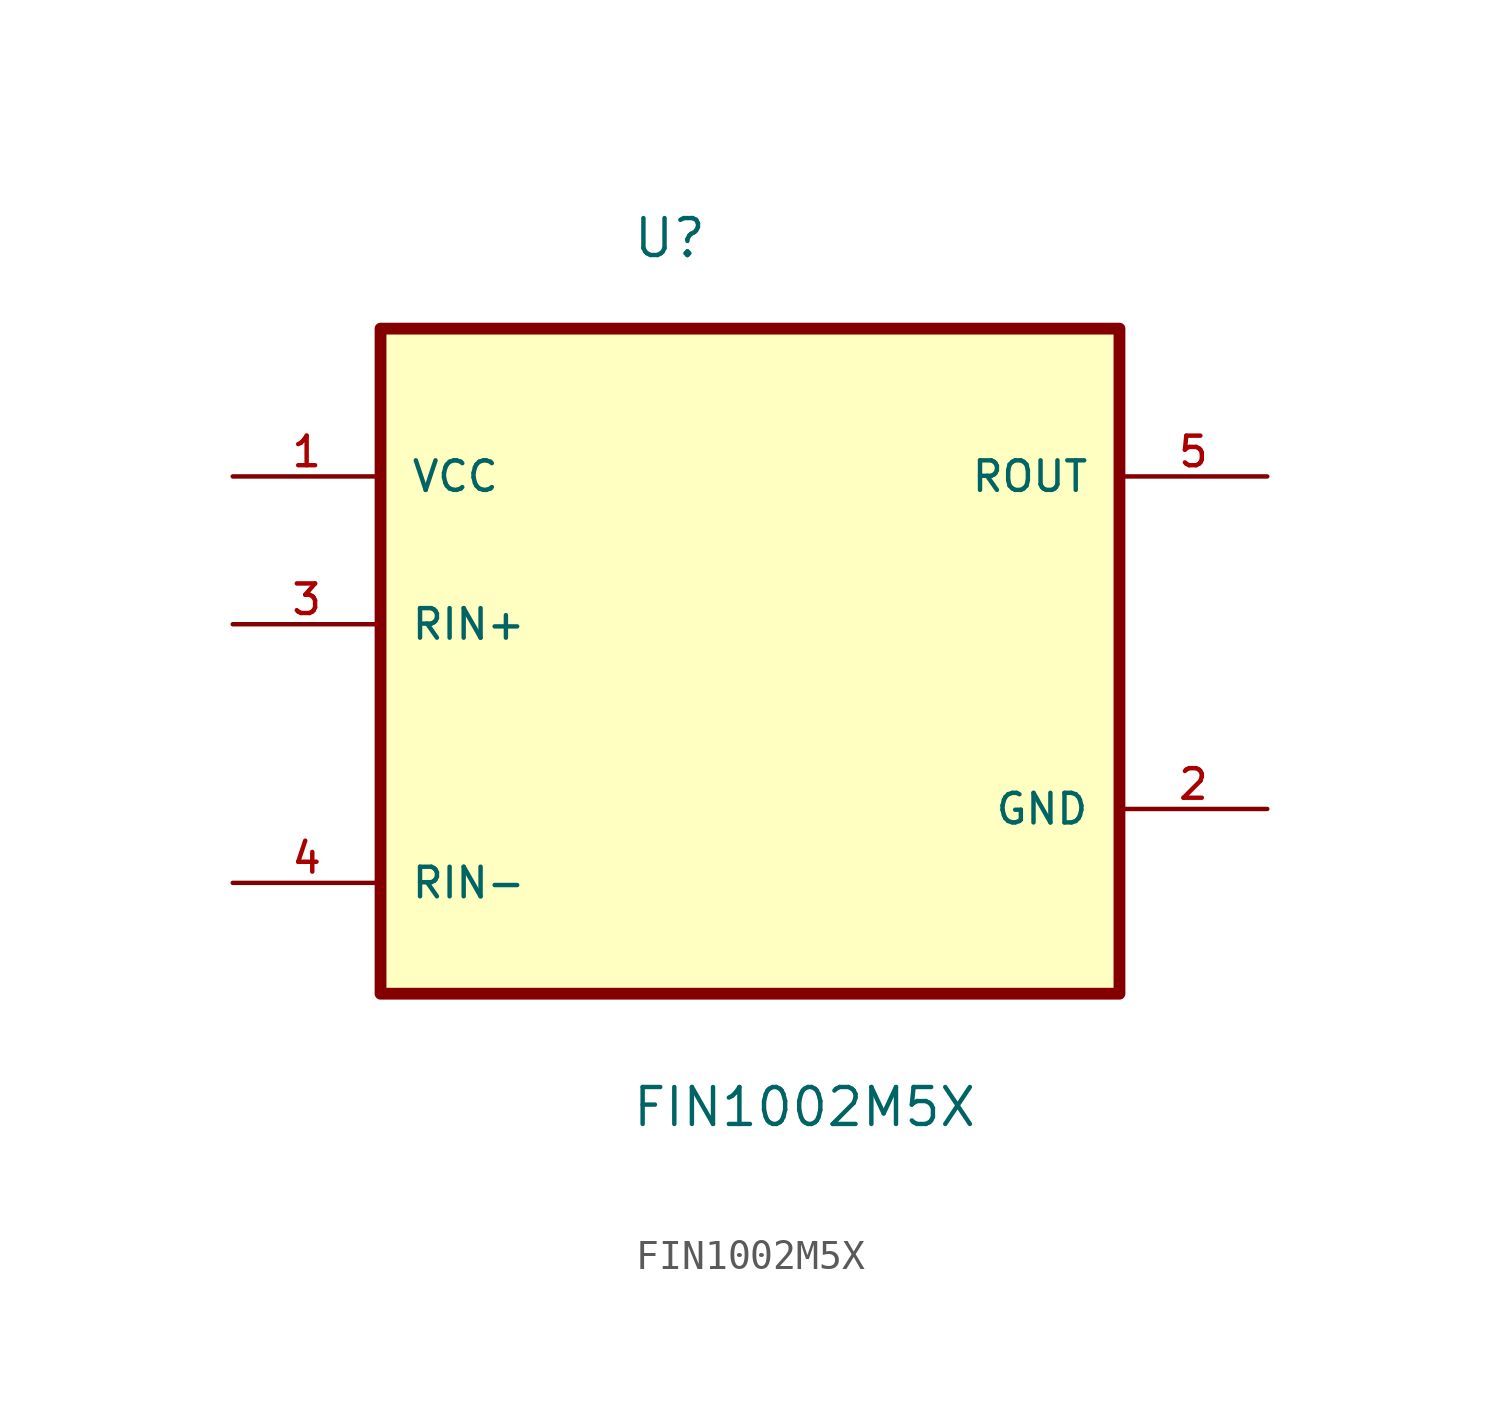
<source format=kicad_sym>
(kicad_symbol_lib
  (version 20241209)
  (generator "kicad_symbol_editor")
  (generator_version "9.0")
  (symbol "FIN1002M5X"
    (pin_names
      (offset 1.016))
    (property "Reference" "U"
      (at -4.066 9.988 0)
      (effects (font (size 1.27 1.27)) (justify left bottom)))
    (property "Value" "FIN1002M5X"
      (at -4.093 -19.881 0)
      (effects (font (size 1.27 1.27)) (justify left bottom)))
    (symbol "FIN1002M5X_0_0"
      (rectangle (start -12.7 -15.24) (end 12.7 7.62) (stroke (width 0.406) (type default)) (fill (type background)))
      (pin power_in line (at -17.78 2.54 0) (length 5.08) (name "VCC" (effects (font (size 1.016 1.016)))) (number "1" (effects (font (size 1.016 1.016)))))
      (pin input line (at -17.78 -2.54 0) (length 5.08) (name "RIN+" (effects (font (size 1.016 1.016)))) (number "3" (effects (font (size 1.016 1.016)))))
      (pin input line (at -17.78 -11.43 0) (length 5.08) (name "RIN-" (effects (font (size 1.016 1.016)))) (number "4" (effects (font (size 1.016 1.016)))))
      (pin output line (at 17.78 2.54 180) (length 5.08) (name "ROUT" (effects (font (size 1.016 1.016)))) (number "5" (effects (font (size 1.016 1.016)))))
      (pin passive line (at 17.78 -8.89 180) (length 5.08) (name "GND" (effects (font (size 1.016 1.016)))) (number "2" (effects (font (size 1.016 1.016))))))))
</source>
